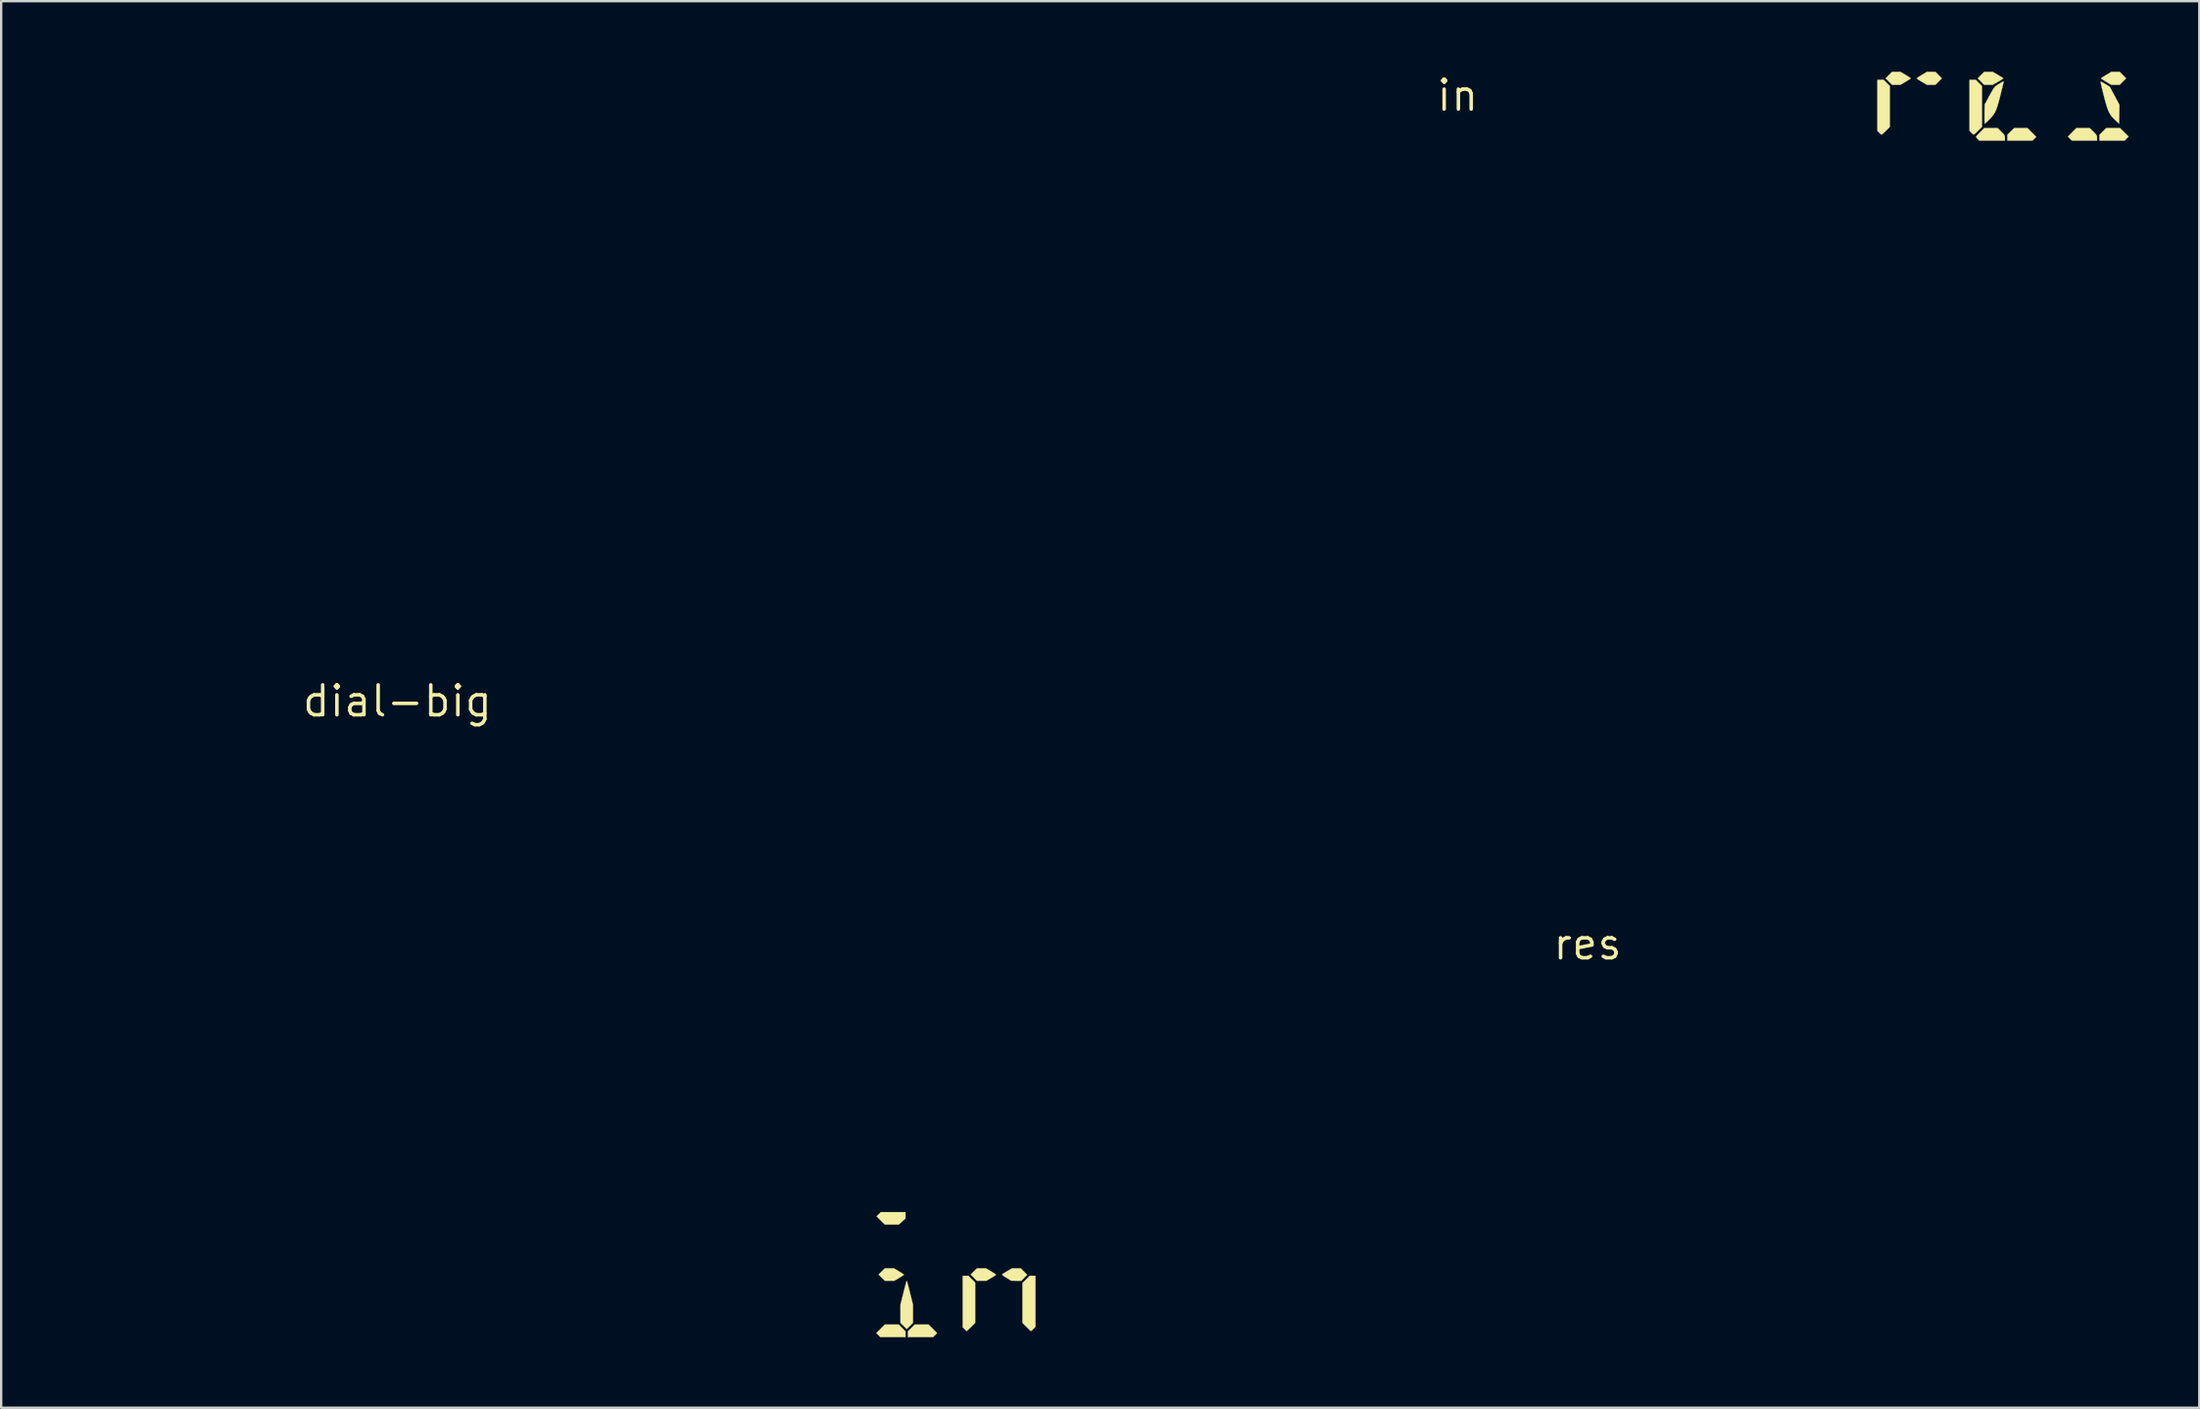
<source format=kicad_pcb>
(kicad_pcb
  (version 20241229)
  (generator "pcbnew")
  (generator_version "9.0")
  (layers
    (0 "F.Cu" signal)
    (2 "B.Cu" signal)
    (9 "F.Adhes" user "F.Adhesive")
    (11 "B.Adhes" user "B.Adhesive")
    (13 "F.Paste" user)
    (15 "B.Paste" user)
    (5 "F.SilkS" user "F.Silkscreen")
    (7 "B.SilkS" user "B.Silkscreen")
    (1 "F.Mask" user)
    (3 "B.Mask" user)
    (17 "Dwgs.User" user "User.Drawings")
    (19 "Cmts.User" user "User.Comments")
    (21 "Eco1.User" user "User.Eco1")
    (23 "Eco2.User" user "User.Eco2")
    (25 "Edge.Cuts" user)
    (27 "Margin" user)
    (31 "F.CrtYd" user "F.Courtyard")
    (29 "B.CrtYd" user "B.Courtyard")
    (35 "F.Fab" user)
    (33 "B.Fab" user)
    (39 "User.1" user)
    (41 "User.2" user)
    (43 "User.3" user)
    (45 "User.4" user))
  (footprint "res"
    (layer "F.Cu")
    (at 64.44 37.089)
    (property "Reference" "res" (at 0 0 0) (layer "F.SilkS") (effects (font (size 1.27 1.27) (thickness 0.15))))
    (attr through_hole)
    (fp_poly (pts (xy 18.887 -34.506) (xy 19.072 -34.32) (xy 18.991 -34.242) (xy 18.911 -34.163) (xy 17.843 -34.163) (xy 17.843 -34.408) (xy 17.987 -34.55) (xy 18.13 -34.692) (xy 18.702 -34.692) (xy 18.887 -34.506)) (stroke (width 0.01) (type solid)) (fill yes) (layer "F.SilkS"))
    (fp_poly (pts (xy 22.815 -34.513) (xy 22.997 -34.334) (xy 22.914 -34.249) (xy 22.83 -34.163) (xy 21.759 -34.163) (xy 21.759 -34.408) (xy 21.903 -34.55) (xy 22.046 -34.692) (xy 22.633 -34.692) (xy 22.815 -34.513)) (stroke (width 0.01) (type solid)) (fill yes) (layer "F.SilkS"))
    (fp_poly (pts (xy 12.848 -36.48) (xy 12.848 -34.744) (xy 12.684 -34.581) (xy 12.615 -34.514) (xy 12.556 -34.461) (xy 12.514 -34.427) (xy 12.497 -34.417) (xy 12.471 -34.431) (xy 12.428 -34.467) (xy 12.397 -34.497) (xy 12.319 -34.578) (xy 12.319 -36.745) (xy 12.585 -36.745) (xy 12.848 -36.48)) (stroke (width 0.01) (type solid)) (fill yes) (layer "F.SilkS"))
    (fp_poly (pts (xy 16.632 -36.612) (xy 16.764 -36.48) (xy 16.764 -34.744) (xy 16.599 -34.581) (xy 16.531 -34.514) (xy 16.472 -34.461) (xy 16.43 -34.427) (xy 16.413 -34.417) (xy 16.387 -34.431) (xy 16.344 -34.467) (xy 16.313 -34.497) (xy 16.235 -34.578) (xy 16.235 -36.745) (xy 16.501 -36.745) (xy 16.632 -36.612)) (stroke (width 0.01) (type solid)) (fill yes) (layer "F.SilkS"))
    (fp_poly (pts (xy 21.5 -34.539) (xy 21.569 -34.47) (xy 21.613 -34.42) (xy 21.639 -34.382) (xy 21.65 -34.346) (xy 21.653 -34.301) (xy 21.654 -34.275) (xy 21.654 -34.163) (xy 20.583 -34.163) (xy 20.5 -34.248) (xy 20.417 -34.333) (xy 20.595 -34.513) (xy 20.774 -34.692) (xy 21.346 -34.692) (xy 21.5 -34.539)) (stroke (width 0.01) (type solid)) (fill yes) (layer "F.SilkS"))
    (fp_poly (pts (xy 14.922 -36.946) (xy 15.059 -36.809) (xy 14.922 -36.671) (xy 14.786 -36.534) (xy 14.423 -36.534) (xy 14.207 -36.661) (xy 14.123 -36.712) (xy 14.054 -36.757) (xy 14.008 -36.79) (xy 13.991 -36.807) (xy 14.008 -36.824) (xy 14.055 -36.858) (xy 14.124 -36.903) (xy 14.207 -36.954) (xy 14.423 -37.084) (xy 14.786 -37.084) (xy 14.922 -36.946)) (stroke (width 0.01) (type solid)) (fill yes) (layer "F.SilkS"))
    (fp_poly (pts (xy 13.519 -36.955) (xy 13.603 -36.903) (xy 13.673 -36.859) (xy 13.72 -36.826) (xy 13.737 -36.809) (xy 13.737 -36.809) (xy 13.72 -36.792) (xy 13.673 -36.759) (xy 13.604 -36.715) (xy 13.52 -36.663) (xy 13.519 -36.663) (xy 13.3 -36.534) (xy 12.942 -36.534) (xy 12.806 -36.671) (xy 12.669 -36.809) (xy 12.806 -36.946) (xy 12.942 -37.084) (xy 13.3 -37.084) (xy 13.519 -36.955)) (stroke (width 0.01) (type solid)) (fill yes) (layer "F.SilkS"))
    (fp_poly (pts (xy 17.447 -36.952) (xy 17.533 -36.901) (xy 17.604 -36.857) (xy 17.653 -36.825) (xy 17.673 -36.809) (xy 17.673 -36.809) (xy 17.656 -36.795) (xy 17.609 -36.764) (xy 17.54 -36.72) (xy 17.455 -36.669) (xy 17.45 -36.666) (xy 17.226 -36.534) (xy 16.858 -36.534) (xy 16.722 -36.671) (xy 16.585 -36.809) (xy 16.722 -36.946) (xy 16.858 -37.084) (xy 17.22 -37.084) (xy 17.447 -36.952)) (stroke (width 0.01) (type solid)) (fill yes) (layer "F.SilkS"))
    (fp_poly (pts (xy 17.584 -34.539) (xy 17.653 -34.47) (xy 17.698 -34.42) (xy 17.723 -34.382) (xy 17.734 -34.346) (xy 17.738 -34.301) (xy 17.738 -34.275) (xy 17.738 -34.163) (xy 16.645 -34.163) (xy 16.578 -34.233) (xy 16.537 -34.279) (xy 16.513 -34.314) (xy 16.51 -34.323) (xy 16.524 -34.345) (xy 16.563 -34.39) (xy 16.62 -34.452) (xy 16.685 -34.518) (xy 16.86 -34.692) (xy 17.43 -34.692) (xy 17.584 -34.539)) (stroke (width 0.01) (type solid)) (fill yes) (layer "F.SilkS"))
    (fp_poly (pts (xy 22.754 -36.946) (xy 22.891 -36.809) (xy 22.754 -36.671) (xy 22.618 -36.534) (xy 22.437 -36.534) (xy 22.257 -36.535) (xy 22.04 -36.667) (xy 21.956 -36.718) (xy 21.887 -36.762) (xy 21.84 -36.794) (xy 21.823 -36.809) (xy 21.823 -36.809) (xy 21.84 -36.823) (xy 21.886 -36.855) (xy 21.955 -36.898) (xy 22.04 -36.95) (xy 22.043 -36.952) (xy 22.264 -37.084) (xy 22.618 -37.084) (xy 22.754 -36.946)) (stroke (width 0.01) (type solid)) (fill yes) (layer "F.SilkS"))
    (fp_poly (pts (xy 21.825 -36.661) (xy 21.873 -36.639) (xy 21.941 -36.603) (xy 22.004 -36.567) (xy 22.195 -36.452) (xy 22.401 -36.068) (xy 22.607 -35.684) (xy 22.595 -34.88) (xy 22.433 -35.03) (xy 22.353 -35.107) (xy 22.284 -35.183) (xy 22.226 -35.262) (xy 22.175 -35.349) (xy 22.128 -35.451) (xy 22.083 -35.574) (xy 22.037 -35.721) (xy 21.988 -35.9) (xy 21.94 -36.088) (xy 21.903 -36.235) (xy 21.87 -36.369) (xy 21.843 -36.485) (xy 21.823 -36.576) (xy 21.81 -36.637) (xy 21.806 -36.663) (xy 21.806 -36.663) (xy 21.825 -36.661)) (stroke (width 0.01) (type solid)) (fill yes) (layer "F.SilkS"))
    (fp_poly (pts (xy 17.682 -36.657) (xy 17.67 -36.599) (xy 17.65 -36.511) (xy 17.623 -36.398) (xy 17.59 -36.265) (xy 17.554 -36.118) (xy 17.549 -36.099) (xy 17.497 -35.897) (xy 17.452 -35.731) (xy 17.41 -35.594) (xy 17.369 -35.481) (xy 17.327 -35.386) (xy 17.28 -35.304) (xy 17.227 -35.228) (xy 17.164 -35.153) (xy 17.088 -35.072) (xy 17.074 -35.057) (xy 17.005 -34.988) (xy 16.946 -34.932) (xy 16.903 -34.895) (xy 16.885 -34.883) (xy 16.88 -34.903) (xy 16.876 -34.959) (xy 16.874 -35.044) (xy 16.873 -35.152) (xy 16.874 -35.277) (xy 16.874 -35.29) (xy 16.88 -35.698) (xy 17.047 -36.005) (xy 17.123 -36.145) (xy 17.184 -36.254) (xy 17.233 -36.336) (xy 17.275 -36.399) (xy 17.314 -36.446) (xy 17.355 -36.484) (xy 17.402 -36.518) (xy 17.459 -36.555) (xy 17.494 -36.576) (xy 17.572 -36.622) (xy 17.634 -36.656) (xy 17.674 -36.676) (xy 17.685 -36.678) (xy 17.682 -36.657)) (stroke (width 0.01) (type solid)) (fill yes) (layer "F.SilkS")))
  (footprint "dial-big"
    (layer "F.Cu")
    (at 13.842 26.758)
    (property "Reference" "dial-big" (at 0 0 0) (layer "F.SilkS") (effects (font (size 1.27 1.27) (thickness 0.15))))
    (attr through_hole)
    (fp_poly (pts (xy 6.957 -24.499) (xy 7.404 -24.306) (xy 7.841 -24.117) (xy 8.266 -23.932) (xy 8.678 -23.754) (xy 9.074 -23.581) (xy 9.454 -23.416) (xy 9.816 -23.259) (xy 10.159 -23.11) (xy 10.48 -22.97) (xy 10.778 -22.841) (xy 11.051 -22.721) (xy 11.299 -22.613) (xy 11.518 -22.517) (xy 11.709 -22.434) (xy 11.868 -22.363) (xy 11.995 -22.307) (xy 12.088 -22.266) (xy 12.146 -22.24) (xy 12.166 -22.23) (xy 12.166 -22.23) (xy 12.175 -22.21) (xy 12.203 -22.153) (xy 12.248 -22.062) (xy 12.31 -21.937) (xy 12.387 -21.781) (xy 12.479 -21.594) (xy 12.586 -21.378) (xy 12.706 -21.136) (xy 12.838 -20.867) (xy 12.983 -20.575) (xy 13.139 -20.26) (xy 13.305 -19.924) (xy 13.481 -19.568) (xy 13.666 -19.194) (xy 13.859 -18.804) (xy 14.059 -18.399) (xy 14.266 -17.981) (xy 14.479 -17.551) (xy 14.697 -17.11) (xy 14.762 -16.979) (xy 17.353 -11.745) (xy 17.051 -11.127) (xy 16.994 -11.011) (xy 16.922 -10.864) (xy 16.835 -10.689) (xy 16.735 -10.486) (xy 16.623 -10.259) (xy 16.5 -10.009) (xy 16.365 -9.737) (xy 16.222 -9.447) (xy 16.07 -9.139) (xy 15.91 -8.815) (xy 15.743 -8.478) (xy 15.57 -8.13) (xy 15.393 -7.772) (xy 15.212 -7.406) (xy 15.028 -7.034) (xy 14.842 -6.659) (xy 14.655 -6.281) (xy 14.468 -5.903) (xy 14.281 -5.527) (xy 14.097 -5.155) (xy 13.915 -4.788) (xy 13.737 -4.429) (xy 13.564 -4.079) (xy 13.396 -3.741) (xy 13.235 -3.416) (xy 13.081 -3.106) (xy 12.936 -2.813) (xy 12.8 -2.539) (xy 12.674 -2.287) (xy 12.56 -2.056) (xy 12.457 -1.851) (xy 12.368 -1.672) (xy 12.293 -1.522) (xy 12.234 -1.402) (xy 12.19 -1.315) (xy 12.163 -1.262) (xy 12.154 -1.245) (xy 12.135 -1.254) (xy 12.082 -1.282) (xy 11.998 -1.329) (xy 11.887 -1.391) (xy 11.75 -1.468) (xy 11.591 -1.558) (xy 11.413 -1.658) (xy 11.218 -1.769) (xy 11.011 -1.887) (xy 10.792 -2.011) (xy 10.566 -2.14) (xy 10.336 -2.271) (xy 10.104 -2.404) (xy 9.872 -2.536) (xy 9.645 -2.666) (xy 9.425 -2.792) (xy 9.215 -2.913) (xy 9.018 -3.027) (xy 8.836 -3.131) (xy 8.673 -3.226) (xy 8.531 -3.308) (xy 8.414 -3.376) (xy 8.325 -3.429) (xy 8.265 -3.465) (xy 8.239 -3.481) (xy 8.248 -3.501) (xy 8.273 -3.556) (xy 8.315 -3.647) (xy 8.373 -3.77) (xy 8.446 -3.925) (xy 8.532 -4.11) (xy 8.632 -4.322) (xy 8.744 -4.56) (xy 8.867 -4.823) (xy 9.002 -5.108) (xy 9.146 -5.413) (xy 9.299 -5.738) (xy 9.46 -6.081) (xy 9.629 -6.438) (xy 9.804 -6.81) (xy 9.986 -7.194) (xy 10.172 -7.587) (xy 10.182 -7.61) (xy 10.372 -8.013) (xy 10.557 -8.405) (xy 10.735 -8.783) (xy 10.907 -9.147) (xy 11.07 -9.495) (xy 11.224 -9.824) (xy 11.369 -10.134) (xy 11.503 -10.422) (xy 11.627 -10.686) (xy 11.738 -10.926) (xy 11.837 -11.139) (xy 11.922 -11.324) (xy 11.993 -11.479) (xy 12.049 -11.602) (xy 12.089 -11.692) (xy 12.112 -11.747) (xy 12.118 -11.765) (xy 12.109 -11.786) (xy 12.082 -11.843) (xy 12.039 -11.934) (xy 11.981 -12.057) (xy 11.909 -12.209) (xy 11.825 -12.389) (xy 11.728 -12.595) (xy 11.62 -12.823) (xy 11.502 -13.073) (xy 11.376 -13.342) (xy 11.241 -13.628) (xy 11.099 -13.928) (xy 10.952 -14.241) (xy 10.799 -14.564) (xy 10.643 -14.896) (xy 10.483 -15.233) (xy 10.322 -15.575) (xy 10.16 -15.919) (xy 9.998 -16.262) (xy 9.837 -16.603) (xy 9.679 -16.939) (xy 9.523 -17.268) (xy 9.372 -17.589) (xy 9.226 -17.899) (xy 9.086 -18.195) (xy 8.953 -18.476) (xy 8.829 -18.74) (xy 8.713 -18.984) (xy 8.608 -19.206) (xy 8.515 -19.405) (xy 8.433 -19.577) (xy 8.365 -19.722) (xy 8.311 -19.836) (xy 8.272 -19.917) (xy 8.25 -19.964) (xy 8.244 -19.976) (xy 8.224 -19.983) (xy 8.167 -20.004) (xy 8.073 -20.036) (xy 7.945 -20.081) (xy 7.787 -20.136) (xy 7.598 -20.202) (xy 7.382 -20.277) (xy 7.141 -20.361) (xy 6.877 -20.453) (xy 6.592 -20.552) (xy 6.288 -20.657) (xy 5.966 -20.769) (xy 5.631 -20.885) (xy 5.282 -21.006) (xy 4.997 -21.105) (xy 1.753 -22.229) (xy -2.13 -21.481) (xy -2.529 -21.404) (xy -2.917 -21.33) (xy -3.291 -21.257) (xy -3.65 -21.188) (xy -3.992 -21.122) (xy -4.315 -21.059) (xy -4.616 -21.001) (xy -4.894 -20.947) (xy -5.147 -20.898) (xy -5.372 -20.854) (xy -5.567 -20.815) (xy -5.731 -20.783) (xy -5.861 -20.757) (xy -5.955 -20.738) (xy -6.012 -20.727) (xy -6.029 -20.723) (xy -6.041 -20.703) (xy -6.073 -20.649) (xy -6.124 -20.563) (xy -6.193 -20.445) (xy -6.279 -20.298) (xy -6.38 -20.124) (xy -6.495 -19.925) (xy -6.624 -19.703) (xy -6.765 -19.459) (xy -6.918 -19.196) (xy -7.08 -18.916) (xy -7.251 -18.62) (xy -7.43 -18.31) (xy -7.616 -17.988) (xy -7.808 -17.657) (xy -8.003 -17.318) (xy -8.203 -16.972) (xy -8.405 -16.623) (xy -8.607 -16.271) (xy -8.81 -15.92) (xy -9.012 -15.57) (xy -9.212 -15.223) (xy -9.409 -14.882) (xy -9.601 -14.548) (xy -9.788 -14.224) (xy -9.968 -13.911) (xy -10.141 -13.611) (xy -10.304 -13.327) (xy -10.458 -13.059) (xy -10.601 -12.81) (xy -10.732 -12.582) (xy -10.85 -12.377) (xy -10.954 -12.196) (xy -11.042 -12.042) (xy -11.113 -11.917) (xy -11.167 -11.822) (xy -11.202 -11.759) (xy -11.218 -11.731) (xy -11.218 -11.729) (xy -11.213 -11.707) (xy -11.199 -11.646) (xy -11.174 -11.547) (xy -11.141 -11.412) (xy -11.1 -11.244) (xy -11.051 -11.042) (xy -10.993 -10.81) (xy -10.929 -10.549) (xy -10.858 -10.261) (xy -10.781 -9.947) (xy -10.698 -9.61) (xy -10.609 -9.25) (xy -10.515 -8.87) (xy -10.417 -8.472) (xy -10.314 -8.057) (xy -10.208 -7.626) (xy -10.098 -7.183) (xy -9.985 -6.727) (xy -9.926 -6.488) (xy -9.812 -6.027) (xy -9.701 -5.578) (xy -9.593 -5.14) (xy -9.489 -4.717) (xy -9.388 -4.31) (xy -9.292 -3.92) (xy -9.201 -3.55) (xy -9.115 -3.201) (xy -9.035 -2.874) (xy -8.961 -2.573) (xy -8.894 -2.297) (xy -8.833 -2.05) (xy -8.78 -1.833) (xy -8.735 -1.647) (xy -8.698 -1.494) (xy -8.67 -1.376) (xy -8.651 -1.295) (xy -8.641 -1.253) (xy -8.64 -1.247) (xy -8.65 -1.264) (xy -8.678 -1.317) (xy -8.723 -1.406) (xy -8.784 -1.527) (xy -8.862 -1.681) (xy -8.954 -1.865) (xy -9.06 -2.078) (xy -9.18 -2.318) (xy -9.313 -2.584) (xy -9.457 -2.875) (xy -9.613 -3.187) (xy -9.779 -3.522) (xy -9.955 -3.875) (xy -10.139 -4.248) (xy -10.332 -4.636) (xy -10.532 -5.04) (xy -10.739 -5.457) (xy -10.952 -5.887) (xy -11.17 -6.327) (xy -11.239 -6.468) (xy -11.459 -6.911) (xy -11.674 -7.345) (xy -11.882 -7.767) (xy -12.085 -8.177) (xy -12.28 -8.572) (xy -12.468 -8.951) (xy -12.646 -9.313) (xy -12.816 -9.656) (xy -12.975 -9.978) (xy -13.123 -10.278) (xy -13.259 -10.554) (xy -13.383 -10.806) (xy -13.493 -11.03) (xy -13.59 -11.226) (xy -13.672 -11.393) (xy -13.738 -11.528) (xy -13.788 -11.63) (xy -13.821 -11.698) (xy -13.836 -11.73) (xy -13.837 -11.733) (xy -13.828 -11.754) (xy -13.801 -11.811) (xy -13.757 -11.903) (xy -13.696 -12.028) (xy -13.62 -12.186) (xy -13.528 -12.373) (xy -13.422 -12.589) (xy -13.303 -12.833) (xy -13.171 -13.102) (xy -13.026 -13.395) (xy -12.871 -13.71) (xy -12.705 -14.047) (xy -12.53 -14.403) (xy -12.345 -14.777) (xy -12.152 -15.168) (xy -11.952 -15.573) (xy -11.745 -15.992) (xy -11.532 -16.422) (xy -11.314 -16.863) (xy -11.244 -17.004) (xy -8.647 -22.249) (xy -3.446 -24.501) (xy 1.754 -26.753) (xy 6.957 -24.499)) (stroke (width 0.01) (type solid)) (fill yes) (layer "F.Mask")))
  (footprint "in"
    (layer "F.Cu")
    (at 58.916 1.006)
    (property "Reference" "in" (at 0 0 0) (layer "F.SilkS") (effects (font (size 1.27 1.27) (thickness 0.15))))
    (attr through_hole)
    (fp_poly (pts (xy -23.474 52.547) (xy -23.474 52.79) (xy -24.545 52.79) (xy -24.711 52.62) (xy -24.532 52.44) (xy -24.353 52.261) (xy -23.758 52.261) (xy -23.474 52.547)) (stroke (width 0.01) (type solid)) (fill yes) (layer "F.SilkS"))
    (fp_poly (pts (xy -23.474 47.749) (xy -23.759 48.006) (xy -24.353 48.006) (xy -24.528 47.831) (xy -24.702 47.655) (xy -24.611 47.566) (xy -24.52 47.477) (xy -23.474 47.477) (xy -23.474 47.749)) (stroke (width 0.01) (type solid)) (fill yes) (layer "F.SilkS"))
    (fp_poly (pts (xy -22.31 52.44) (xy -22.131 52.62) (xy -22.214 52.705) (xy -22.297 52.79) (xy -23.368 52.79) (xy -23.368 52.545) (xy -23.081 52.261) (xy -22.489 52.261) (xy -22.31 52.44)) (stroke (width 0.01) (type solid)) (fill yes) (layer "F.SilkS"))
    (fp_poly (pts (xy -20.653 50.33) (xy -20.511 50.473) (xy -20.511 52.187) (xy -20.686 52.362) (xy -20.755 52.43) (xy -20.814 52.486) (xy -20.855 52.523) (xy -20.872 52.536) (xy -20.892 52.522) (xy -20.93 52.486) (xy -20.961 52.455) (xy -21.04 52.375) (xy -21.04 50.186) (xy -20.795 50.186) (xy -20.653 50.33)) (stroke (width 0.01) (type solid)) (fill yes) (layer "F.SilkS"))
    (fp_poly (pts (xy -17.949 52.354) (xy -18.038 52.445) (xy -18.088 52.493) (xy -18.125 52.526) (xy -18.139 52.536) (xy -18.158 52.522) (xy -18.2 52.483) (xy -18.259 52.426) (xy -18.326 52.361) (xy -18.5 52.186) (xy -18.5 50.492) (xy -18.346 50.339) (xy -18.192 50.186) (xy -17.949 50.186) (xy -17.949 52.354)) (stroke (width 0.01) (type solid)) (fill yes) (layer "F.SilkS"))
    (fp_poly (pts (xy -23.75 49.997) (xy -23.667 50.049) (xy -23.599 50.093) (xy -23.554 50.125) (xy -23.538 50.14) (xy -23.555 50.156) (xy -23.602 50.188) (xy -23.671 50.231) (xy -23.746 50.276) (xy -23.953 50.398) (xy -24.353 50.398) (xy -24.485 50.265) (xy -24.617 50.132) (xy -24.484 50) (xy -24.351 49.869) (xy -23.963 49.869) (xy -23.75 49.997)) (stroke (width 0.01) (type solid)) (fill yes) (layer "F.SilkS"))
    (fp_poly (pts (xy -19.834 49.997) (xy -19.751 50.049) (xy -19.683 50.093) (xy -19.638 50.125) (xy -19.622 50.14) (xy -19.639 50.156) (xy -19.686 50.188) (xy -19.755 50.231) (xy -19.83 50.276) (xy -20.037 50.398) (xy -20.438 50.398) (xy -20.569 50.265) (xy -20.701 50.132) (xy -20.568 50) (xy -20.435 49.869) (xy -20.047 49.869) (xy -19.834 49.997)) (stroke (width 0.01) (type solid)) (fill yes) (layer "F.SilkS"))
    (fp_poly (pts (xy -18.436 50.006) (xy -18.3 50.144) (xy -18.426 50.271) (xy -18.551 50.398) (xy -18.764 50.396) (xy -18.976 50.395) (xy -19.184 50.267) (xy -19.272 50.212) (xy -19.329 50.173) (xy -19.359 50.147) (xy -19.367 50.13) (xy -19.357 50.116) (xy -19.353 50.113) (xy -19.319 50.092) (xy -19.258 50.055) (xy -19.181 50.008) (xy -19.132 49.978) (xy -18.949 49.869) (xy -18.573 49.869) (xy -18.436 50.006)) (stroke (width 0.01) (type solid)) (fill yes) (layer "F.SilkS"))
    (fp_poly (pts (xy -23.417 50.408) (xy -23.41 50.422) (xy -23.399 50.454) (xy -23.384 50.507) (xy -23.363 50.586) (xy -23.336 50.694) (xy -23.3 50.836) (xy -23.263 50.984) (xy -23.156 51.412) (xy -23.156 52.188) (xy -23.289 52.319) (xy -23.422 52.451) (xy -23.554 52.318) (xy -23.686 52.185) (xy -23.686 51.412) (xy -23.569 50.942) (xy -23.534 50.805) (xy -23.502 50.68) (xy -23.474 50.573) (xy -23.452 50.491) (xy -23.438 50.441) (xy -23.434 50.43) (xy -23.428 50.416) (xy -23.423 50.407) (xy -23.417 50.408)) (stroke (width 0.01) (type solid)) (fill yes) (layer "F.SilkS")))
  (gr_rect
    (start -3 -3)
    (end 90.443 56.801)
    (stroke (width 0.1) (type default))
    (fill no)
    (layer "Edge.Cuts")))
</source>
